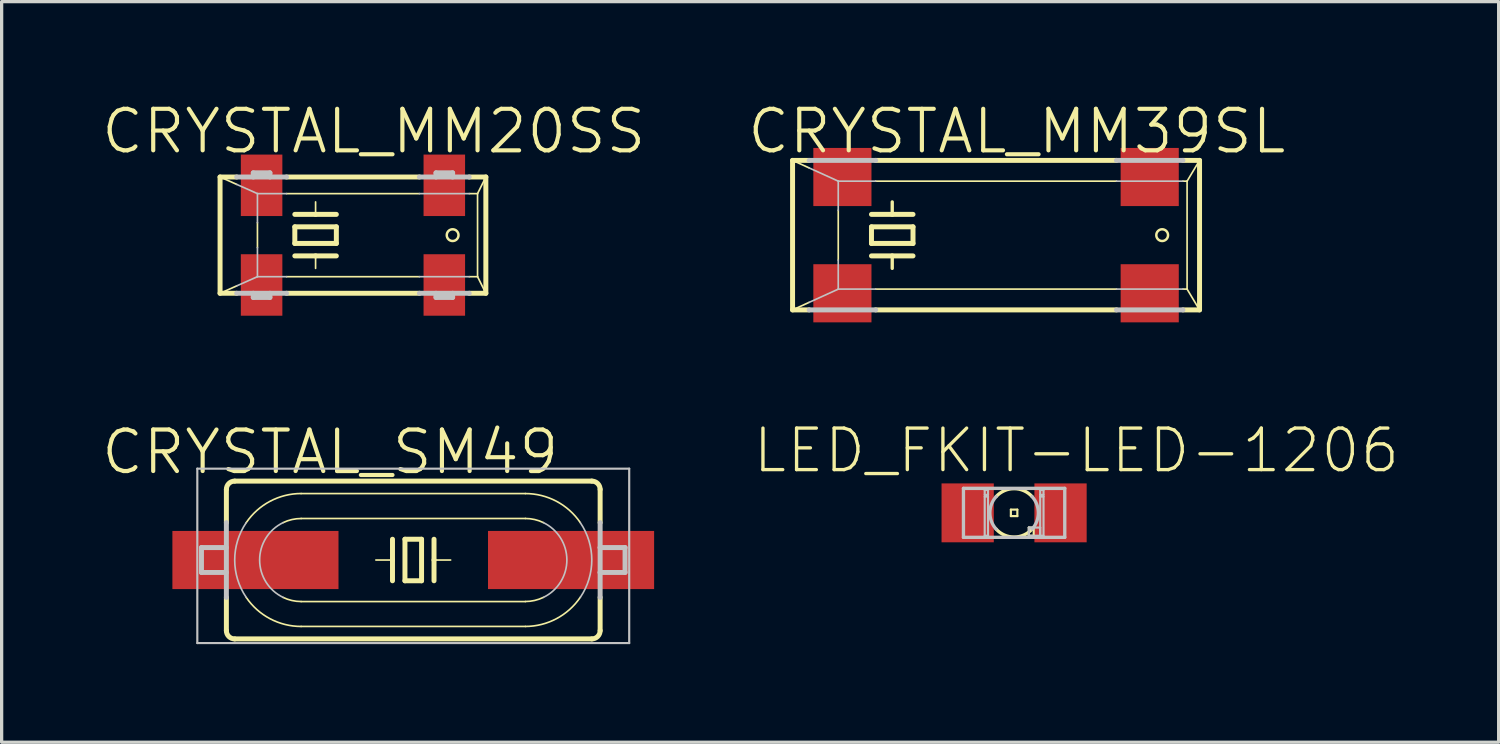
<source format=kicad_pcb>
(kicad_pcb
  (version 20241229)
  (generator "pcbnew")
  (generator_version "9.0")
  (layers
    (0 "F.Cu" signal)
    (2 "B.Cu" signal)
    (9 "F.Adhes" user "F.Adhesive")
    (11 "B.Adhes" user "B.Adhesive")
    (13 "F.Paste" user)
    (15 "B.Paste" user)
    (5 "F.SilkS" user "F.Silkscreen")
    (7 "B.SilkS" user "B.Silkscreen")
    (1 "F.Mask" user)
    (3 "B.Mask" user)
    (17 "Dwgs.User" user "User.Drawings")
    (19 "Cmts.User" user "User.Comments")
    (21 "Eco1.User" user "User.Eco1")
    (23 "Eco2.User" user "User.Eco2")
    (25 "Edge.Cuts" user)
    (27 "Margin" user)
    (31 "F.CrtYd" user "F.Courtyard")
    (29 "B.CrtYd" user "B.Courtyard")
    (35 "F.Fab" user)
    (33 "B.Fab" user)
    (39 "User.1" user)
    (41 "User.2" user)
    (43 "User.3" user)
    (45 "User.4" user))
  (footprint "CRYSTAL_SM49"
    (layer "F.Cu")
    (at 9.588 14.076)
    (property "Reference" "CRYSTAL_SM49" (at -2.54 -3.302 0) (layer "F.SilkS") (effects (font (size 1.27 1.27) (thickness 0.127))))
    (attr smd)
    (fp_line (start -5.715 -2.159) (end -5.715 -1.143) (stroke (width 0.152) (type solid)) (layer "F.SilkS"))
    (fp_line (start -5.715 1.143) (end -5.715 2.159) (stroke (width 0.152) (type solid)) (layer "F.SilkS"))
    (fp_line (start -5.461 -2.413) (end 5.461 -2.413) (stroke (width 0.152) (type solid)) (layer "F.SilkS"))
    (fp_line (start -5.461 2.413) (end 5.461 2.413) (stroke (width 0.152) (type solid)) (layer "F.SilkS"))
    (fp_line (start -3.429 -2.032) (end 3.429 -2.032) (stroke (width 0.051) (type solid)) (layer "F.SilkS"))
    (fp_line (start -3.429 -1.27) (end 3.429 -1.27) (stroke (width 0.051) (type solid)) (layer "F.SilkS"))
    (fp_line (start -0.635 -0.635) (end -0.635 0) (stroke (width 0.152) (type solid)) (layer "F.SilkS"))
    (fp_line (start -0.635 0) (end -1.143 0) (stroke (width 0.051) (type solid)) (layer "F.SilkS"))
    (fp_line (start -0.635 0) (end -0.635 0.635) (stroke (width 0.152) (type solid)) (layer "F.SilkS"))
    (fp_line (start -0.254 -0.635) (end -0.254 0.635) (stroke (width 0.152) (type solid)) (layer "F.SilkS"))
    (fp_line (start -0.254 0.635) (end 0.254 0.635) (stroke (width 0.152) (type solid)) (layer "F.SilkS"))
    (fp_line (start 0.254 -0.635) (end -0.254 -0.635) (stroke (width 0.152) (type solid)) (layer "F.SilkS"))
    (fp_line (start 0.254 0.635) (end 0.254 -0.635) (stroke (width 0.152) (type solid)) (layer "F.SilkS"))
    (fp_line (start 0.635 -0.635) (end 0.635 0) (stroke (width 0.152) (type solid)) (layer "F.SilkS"))
    (fp_line (start 0.635 0) (end 0.635 0.635) (stroke (width 0.152) (type solid)) (layer "F.SilkS"))
    (fp_line (start 0.635 0) (end 1.143 0) (stroke (width 0.051) (type solid)) (layer "F.SilkS"))
    (fp_line (start 3.429 1.27) (end -3.429 1.27) (stroke (width 0.051) (type solid)) (layer "F.SilkS"))
    (fp_line (start 3.429 2.032) (end -3.429 2.032) (stroke (width 0.051) (type solid)) (layer "F.SilkS"))
    (fp_line (start 5.715 -2.159) (end 5.715 -1.143) (stroke (width 0.152) (type solid)) (layer "F.SilkS"))
    (fp_line (start 5.715 1.143) (end 5.715 2.159) (stroke (width 0.152) (type solid)) (layer "F.SilkS"))
    (fp_arc (start -5.715 -2.159) (mid -5.640605 -2.338605) (end -5.461 -2.413) (stroke (width 0.1524) (type solid)) (layer "F.SilkS"))
    (fp_arc (start -5.461 2.413) (mid -5.640605 2.338605) (end -5.715 2.159) (stroke (width 0.1524) (type solid)) (layer "F.SilkS"))
    (fp_arc (start -5.10794 -1.143) (mid -4.379218 -1.796128) (end -3.429787 -2.033178) (stroke (width 0.0508) (type solid)) (layer "F.SilkS"))
    (fp_arc (start -3.98018 -1.143) (mid -3.711094 -1.237203) (end -3.427769 -1.268955) (stroke (width 0.0508) (type solid)) (layer "F.SilkS"))
    (fp_arc (start -3.429 1.27) (mid -3.712527 1.237947) (end -3.981743 1.143405) (stroke (width 0.0508) (type solid)) (layer "F.SilkS"))
    (fp_arc (start -3.429 2.032) (mid -4.378266 1.796641) (end -5.107632 1.145085) (stroke (width 0.0508) (type solid)) (layer "F.SilkS"))
    (fp_arc (start 3.429 -2.032) (mid 4.378266 -1.796641) (end 5.107632 -1.145085) (stroke (width 0.0508) (type solid)) (layer "F.SilkS"))
    (fp_arc (start 3.429 -1.27) (mid 3.712527 -1.237947) (end 3.981743 -1.143405) (stroke (width 0.0508) (type solid)) (layer "F.SilkS"))
    (fp_arc (start 3.98018 1.143) (mid 3.711094 1.237203) (end 3.427769 1.268955) (stroke (width 0.0508) (type solid)) (layer "F.SilkS"))
    (fp_arc (start 5.10794 1.14046) (mid 4.380405 1.793882) (end 3.431886 2.031747) (stroke (width 0.0508) (type solid)) (layer "F.SilkS"))
    (fp_arc (start 5.461 -2.413) (mid 5.640605 -2.338605) (end 5.715 -2.159) (stroke (width 0.1524) (type solid)) (layer "F.SilkS"))
    (fp_arc (start 5.715 2.159) (mid 5.640605 2.338605) (end 5.461 2.413) (stroke (width 0.1524) (type solid)) (layer "F.SilkS"))
    (fp_line (start -6.604 -2.794) (end 6.604 -2.794) (stroke (width 0.066) (type solid)) (layer "Dwgs.User"))
    (fp_line (start -6.604 2.54) (end -6.604 -2.794) (stroke (width 0.066) (type solid)) (layer "Dwgs.User"))
    (fp_line (start -6.604 2.54) (end 6.604 2.54) (stroke (width 0.066) (type solid)) (layer "Dwgs.User"))
    (fp_line (start -6.477 -0.381) (end -6.477 0.381) (stroke (width 0.152) (type solid)) (layer "Dwgs.User"))
    (fp_line (start -5.715 -1.143) (end -5.715 1.143) (stroke (width 0.152) (type solid)) (layer "Dwgs.User"))
    (fp_line (start -5.715 -0.381) (end -6.477 -0.381) (stroke (width 0.152) (type solid)) (layer "Dwgs.User"))
    (fp_line (start -5.715 0.381) (end -6.477 0.381) (stroke (width 0.152) (type solid)) (layer "Dwgs.User"))
    (fp_line (start 5.715 -1.143) (end 5.715 -0.381) (stroke (width 0.152) (type solid)) (layer "Dwgs.User"))
    (fp_line (start 5.715 -0.381) (end 5.715 0.381) (stroke (width 0.152) (type solid)) (layer "Dwgs.User"))
    (fp_line (start 5.715 -0.381) (end 6.477 -0.381) (stroke (width 0.152) (type solid)) (layer "Dwgs.User"))
    (fp_line (start 5.715 0.381) (end 5.715 1.143) (stroke (width 0.152) (type solid)) (layer "Dwgs.User"))
    (fp_line (start 5.715 0.381) (end 6.477 0.381) (stroke (width 0.152) (type solid)) (layer "Dwgs.User"))
    (fp_line (start 6.477 -0.381) (end 6.477 0.381) (stroke (width 0.152) (type solid)) (layer "Dwgs.User"))
    (fp_line (start 6.604 2.54) (end 6.604 -2.794) (stroke (width 0.066) (type solid)) (layer "Dwgs.User"))
    (fp_arc (start -5.10794 1.143) (mid -5.46008 0.001649) (end -5.109794 -1.140273) (stroke (width 0.0508) (type solid)) (layer "Dwgs.User"))
    (fp_arc (start -3.98018 1.143) (mid -4.697953 0.002339) (end -3.98439 -1.14096) (stroke (width 0.0508) (type solid)) (layer "Dwgs.User"))
    (fp_arc (start 3.98018 -1.143) (mid 4.697953 -0.002339) (end 3.98439 1.14096) (stroke (width 0.0508) (type solid)) (layer "Dwgs.User"))
    (fp_arc (start 5.10794 -1.143) (mid 5.46008 -0.001649) (end 5.109794 1.140273) (stroke (width 0.0508) (type solid)) (layer "Dwgs.User"))
    (pad "1" smd rect (at -4.826 0) (size 5.08 1.778) (layers "F.Cu" "F.Mask" "F.Paste"))
    (pad "2" smd rect (at 4.826 0) (size 5.08 1.778) (layers "F.Cu" "F.Mask" "F.Paste")))
  (footprint "CRYSTAL_MM39SL"
    (layer "F.Cu")
    (at 27.411 4.141)
    (property "Reference" "CRYSTAL_MM39SL" (at 0.635 -3.175 0) (layer "F.SilkS") (effects (font (size 1.27 1.27) (thickness 0.127))))
    (attr smd)
    (fp_line (start -6.223 -2.286) (end -5.715 -2.286) (stroke (width 0.152) (type solid)) (layer "F.SilkS"))
    (fp_line (start -6.223 2.286) (end -6.223 -2.286) (stroke (width 0.152) (type solid)) (layer "F.SilkS"))
    (fp_line (start -6.223 2.286) (end -5.715 2.286) (stroke (width 0.152) (type solid)) (layer "F.SilkS"))
    (fp_line (start -5.715 -2.055) (end -6.223 -2.286) (stroke (width 0.051) (type solid)) (layer "F.SilkS"))
    (fp_line (start -5.715 2.055) (end -6.223 2.286) (stroke (width 0.051) (type solid)) (layer "F.SilkS"))
    (fp_line (start -4.826 -0.762) (end -4.826 0.762) (stroke (width 0.051) (type solid)) (layer "F.SilkS"))
    (fp_line (start -3.81 -0.635) (end -3.175 -0.635) (stroke (width 0.152) (type solid)) (layer "F.SilkS"))
    (fp_line (start -3.81 -0.254) (end -3.81 0.254) (stroke (width 0.152) (type solid)) (layer "F.SilkS"))
    (fp_line (start -3.81 0.254) (end -2.54 0.254) (stroke (width 0.152) (type solid)) (layer "F.SilkS"))
    (fp_line (start -3.81 0.635) (end -3.175 0.635) (stroke (width 0.152) (type solid)) (layer "F.SilkS"))
    (fp_line (start -3.683 -2.286) (end 3.683 -2.286) (stroke (width 0.152) (type solid)) (layer "F.SilkS"))
    (fp_line (start -3.683 1.651) (end 3.683 1.651) (stroke (width 0.051) (type solid)) (layer "F.SilkS"))
    (fp_line (start -3.683 2.286) (end 3.683 2.286) (stroke (width 0.152) (type solid)) (layer "F.SilkS"))
    (fp_line (start -3.175 -0.635) (end -3.175 -1.016) (stroke (width 0.102) (type solid)) (layer "F.SilkS"))
    (fp_line (start -3.175 -0.635) (end -2.54 -0.635) (stroke (width 0.152) (type solid)) (layer "F.SilkS"))
    (fp_line (start -3.175 0.635) (end -3.175 1.016) (stroke (width 0.102) (type solid)) (layer "F.SilkS"))
    (fp_line (start -3.175 0.635) (end -2.54 0.635) (stroke (width 0.152) (type solid)) (layer "F.SilkS"))
    (fp_line (start -2.54 -0.254) (end -3.81 -0.254) (stroke (width 0.152) (type solid)) (layer "F.SilkS"))
    (fp_line (start -2.54 0.254) (end -2.54 -0.254) (stroke (width 0.152) (type solid)) (layer "F.SilkS"))
    (fp_line (start 3.683 -1.651) (end -3.683 -1.651) (stroke (width 0.051) (type solid)) (layer "F.SilkS"))
    (fp_line (start 5.715 -2.286) (end 6.223 -2.286) (stroke (width 0.152) (type solid)) (layer "F.SilkS"))
    (fp_line (start 5.715 1.651) (end 5.842 1.651) (stroke (width 0.051) (type solid)) (layer "F.SilkS"))
    (fp_line (start 5.715 2.286) (end 6.223 2.286) (stroke (width 0.152) (type solid)) (layer "F.SilkS"))
    (fp_line (start 5.842 -1.651) (end 5.715 -1.651) (stroke (width 0.051) (type solid)) (layer "F.SilkS"))
    (fp_line (start 5.842 -1.651) (end 6.223 -2.286) (stroke (width 0.051) (type solid)) (layer "F.SilkS"))
    (fp_line (start 5.842 1.651) (end 5.842 -1.651) (stroke (width 0.051) (type solid)) (layer "F.SilkS"))
    (fp_line (start 5.842 1.651) (end 6.223 2.286) (stroke (width 0.051) (type solid)) (layer "F.SilkS"))
    (fp_line (start 6.223 2.286) (end 6.223 -2.286) (stroke (width 0.152) (type solid)) (layer "F.SilkS"))
    (fp_circle (center 5.08 0) (end 5.207 0.127) (stroke (width 0.076) (type solid)) (fill no) (layer "F.SilkS"))
    (fp_line (start -5.715 -2.286) (end -3.683 -2.286) (stroke (width 0.152) (type solid)) (layer "Dwgs.User"))
    (fp_line (start -5.715 2.286) (end -3.683 2.286) (stroke (width 0.152) (type solid)) (layer "Dwgs.User"))
    (fp_line (start -4.826 -1.651) (end -5.715 -2.055) (stroke (width 0.051) (type solid)) (layer "Dwgs.User"))
    (fp_line (start -4.826 -1.651) (end -4.826 -0.762) (stroke (width 0.051) (type solid)) (layer "Dwgs.User"))
    (fp_line (start -4.826 0.762) (end -4.826 1.651) (stroke (width 0.051) (type solid)) (layer "Dwgs.User"))
    (fp_line (start -4.826 1.651) (end -5.715 2.055) (stroke (width 0.051) (type solid)) (layer "Dwgs.User"))
    (fp_line (start -4.826 1.651) (end -3.683 1.651) (stroke (width 0.051) (type solid)) (layer "Dwgs.User"))
    (fp_line (start -3.683 -1.651) (end -4.826 -1.651) (stroke (width 0.051) (type solid)) (layer "Dwgs.User"))
    (fp_line (start 3.683 -2.286) (end 5.715 -2.286) (stroke (width 0.152) (type solid)) (layer "Dwgs.User"))
    (fp_line (start 3.683 1.651) (end 5.715 1.651) (stroke (width 0.051) (type solid)) (layer "Dwgs.User"))
    (fp_line (start 3.683 2.286) (end 5.715 2.286) (stroke (width 0.152) (type solid)) (layer "Dwgs.User"))
    (fp_line (start 5.715 -1.651) (end 3.683 -1.651) (stroke (width 0.051) (type solid)) (layer "Dwgs.User"))
    (pad "1" smd rect (at -4.699 1.778) (size 1.778 1.778) (layers "F.Cu" "F.Mask" "F.Paste"))
    (pad "2" smd rect (at 4.699 1.778) (size 1.778 1.778) (layers "F.Cu" "F.Mask" "F.Paste"))
    (pad "3" smd rect (at 4.699 -1.778) (size 1.778 1.778) (layers "F.Cu" "F.Mask" "F.Paste"))
    (pad "4" smd rect (at -4.699 -1.778) (size 1.778 1.778) (layers "F.Cu" "F.Mask" "F.Paste")))
  (footprint "CRYSTAL_MM20SS"
    (layer "F.Cu")
    (at 7.744 4.141)
    (property "Reference" "CRYSTAL_MM20SS" (at 0.635 -3.175 0) (layer "F.SilkS") (effects (font (size 1.27 1.27) (thickness 0.127))))
    (attr smd)
    (fp_line (start -4.064 -1.778) (end -3.556 -1.778) (stroke (width 0.152) (type solid)) (layer "F.SilkS"))
    (fp_line (start -4.064 1.778) (end -4.064 -1.778) (stroke (width 0.152) (type solid)) (layer "F.SilkS"))
    (fp_line (start -4.064 1.778) (end -3.556 1.778) (stroke (width 0.152) (type solid)) (layer "F.SilkS"))
    (fp_line (start -3.556 -1.552) (end -4.064 -1.778) (stroke (width 0.051) (type solid)) (layer "F.SilkS"))
    (fp_line (start -3.556 1.552) (end -4.064 1.778) (stroke (width 0.051) (type solid)) (layer "F.SilkS"))
    (fp_line (start -2.921 -0.381) (end -2.921 0.381) (stroke (width 0.051) (type solid)) (layer "F.SilkS"))
    (fp_line (start -2.032 -1.778) (end 2.032 -1.778) (stroke (width 0.152) (type solid)) (layer "F.SilkS"))
    (fp_line (start -2.032 1.27) (end 2.032 1.27) (stroke (width 0.051) (type solid)) (layer "F.SilkS"))
    (fp_line (start -2.032 1.778) (end 2.032 1.778) (stroke (width 0.152) (type solid)) (layer "F.SilkS"))
    (fp_line (start -1.778 -0.635) (end -1.143 -0.635) (stroke (width 0.152) (type solid)) (layer "F.SilkS"))
    (fp_line (start -1.778 -0.254) (end -1.778 0.254) (stroke (width 0.152) (type solid)) (layer "F.SilkS"))
    (fp_line (start -1.778 0.254) (end -0.508 0.254) (stroke (width 0.152) (type solid)) (layer "F.SilkS"))
    (fp_line (start -1.778 0.635) (end -1.143 0.635) (stroke (width 0.152) (type solid)) (layer "F.SilkS"))
    (fp_line (start -1.143 -0.635) (end -1.143 -1.016) (stroke (width 0.051) (type solid)) (layer "F.SilkS"))
    (fp_line (start -1.143 -0.635) (end -0.508 -0.635) (stroke (width 0.152) (type solid)) (layer "F.SilkS"))
    (fp_line (start -1.143 0.635) (end -1.143 1.016) (stroke (width 0.051) (type solid)) (layer "F.SilkS"))
    (fp_line (start -1.143 0.635) (end -0.508 0.635) (stroke (width 0.152) (type solid)) (layer "F.SilkS"))
    (fp_line (start -0.508 -0.254) (end -1.778 -0.254) (stroke (width 0.152) (type solid)) (layer "F.SilkS"))
    (fp_line (start -0.508 0.254) (end -0.508 -0.254) (stroke (width 0.152) (type solid)) (layer "F.SilkS"))
    (fp_line (start 2.032 -1.27) (end -2.032 -1.27) (stroke (width 0.051) (type solid)) (layer "F.SilkS"))
    (fp_line (start 3.556 -1.778) (end 4.064 -1.778) (stroke (width 0.152) (type solid)) (layer "F.SilkS"))
    (fp_line (start 3.556 1.27) (end 3.81 1.27) (stroke (width 0.051) (type solid)) (layer "F.SilkS"))
    (fp_line (start 3.556 1.778) (end 4.064 1.778) (stroke (width 0.152) (type solid)) (layer "F.SilkS"))
    (fp_line (start 3.81 -1.27) (end 3.556 -1.27) (stroke (width 0.051) (type solid)) (layer "F.SilkS"))
    (fp_line (start 3.81 -1.27) (end 3.81 1.27) (stroke (width 0.051) (type solid)) (layer "F.SilkS"))
    (fp_line (start 3.81 -1.27) (end 4.064 -1.778) (stroke (width 0.051) (type solid)) (layer "F.SilkS"))
    (fp_line (start 3.81 1.27) (end 4.064 1.778) (stroke (width 0.051) (type solid)) (layer "F.SilkS"))
    (fp_line (start 4.064 1.778) (end 4.064 -1.778) (stroke (width 0.152) (type solid)) (layer "F.SilkS"))
    (fp_circle (center 3.048 0) (end 3.175 0.127) (stroke (width 0.076) (type solid)) (fill no) (layer "F.SilkS"))
    (fp_line (start -3.556 -1.778) (end -2.032 -1.778) (stroke (width 0.152) (type solid)) (layer "Dwgs.User"))
    (fp_line (start -3.556 1.778) (end -2.032 1.778) (stroke (width 0.152) (type solid)) (layer "Dwgs.User"))
    (fp_line (start -3.048 -1.905) (end -2.54 -1.905) (stroke (width 0.152) (type solid)) (layer "Dwgs.User"))
    (fp_line (start -3.048 -1.778) (end -3.048 -1.905) (stroke (width 0.152) (type solid)) (layer "Dwgs.User"))
    (fp_line (start -3.048 1.905) (end -3.048 1.778) (stroke (width 0.152) (type solid)) (layer "Dwgs.User"))
    (fp_line (start -3.048 1.905) (end -2.54 1.905) (stroke (width 0.152) (type solid)) (layer "Dwgs.User"))
    (fp_line (start -2.921 -1.27) (end -3.556 -1.552) (stroke (width 0.051) (type solid)) (layer "Dwgs.User"))
    (fp_line (start -2.921 -1.27) (end -2.921 -0.381) (stroke (width 0.051) (type solid)) (layer "Dwgs.User"))
    (fp_line (start -2.921 0.381) (end -2.921 1.27) (stroke (width 0.051) (type solid)) (layer "Dwgs.User"))
    (fp_line (start -2.921 1.27) (end -3.556 1.552) (stroke (width 0.051) (type solid)) (layer "Dwgs.User"))
    (fp_line (start -2.921 1.27) (end -2.032 1.27) (stroke (width 0.051) (type solid)) (layer "Dwgs.User"))
    (fp_line (start -2.54 -1.905) (end -2.54 -1.778) (stroke (width 0.152) (type solid)) (layer "Dwgs.User"))
    (fp_line (start -2.54 1.905) (end -2.54 1.778) (stroke (width 0.152) (type solid)) (layer "Dwgs.User"))
    (fp_line (start -2.032 -1.27) (end -2.921 -1.27) (stroke (width 0.051) (type solid)) (layer "Dwgs.User"))
    (fp_line (start 2.032 -1.778) (end 3.556 -1.778) (stroke (width 0.152) (type solid)) (layer "Dwgs.User"))
    (fp_line (start 2.032 1.27) (end 3.556 1.27) (stroke (width 0.051) (type solid)) (layer "Dwgs.User"))
    (fp_line (start 2.032 1.778) (end 3.556 1.778) (stroke (width 0.152) (type solid)) (layer "Dwgs.User"))
    (fp_line (start 2.54 -1.905) (end 2.54 -1.778) (stroke (width 0.152) (type solid)) (layer "Dwgs.User"))
    (fp_line (start 2.54 -1.905) (end 3.048 -1.905) (stroke (width 0.152) (type solid)) (layer "Dwgs.User"))
    (fp_line (start 2.54 1.778) (end 2.54 1.905) (stroke (width 0.152) (type solid)) (layer "Dwgs.User"))
    (fp_line (start 2.54 1.905) (end 3.048 1.905) (stroke (width 0.152) (type solid)) (layer "Dwgs.User"))
    (fp_line (start 3.048 -1.778) (end 3.048 -1.905) (stroke (width 0.152) (type solid)) (layer "Dwgs.User"))
    (fp_line (start 3.048 1.905) (end 3.048 1.778) (stroke (width 0.152) (type solid)) (layer "Dwgs.User"))
    (fp_line (start 3.556 -1.27) (end 2.032 -1.27) (stroke (width 0.051) (type solid)) (layer "Dwgs.User"))
    (pad "1" smd rect (at -2.794 1.524) (size 1.27 1.88) (layers "F.Cu" "F.Mask" "F.Paste"))
    (pad "2" smd rect (at 2.794 1.524) (size 1.27 1.88) (layers "F.Cu" "F.Mask" "F.Paste"))
    (pad "3" smd rect (at 2.794 -1.524) (size 1.27 1.88) (layers "F.Cu" "F.Mask" "F.Paste"))
    (pad "4" smd rect (at -2.794 -1.524) (size 1.27 1.88) (layers "F.Cu" "F.Mask" "F.Paste")))
  (footprint "LED_FKIT-LED-1206"
    (layer "F.Cu")
    (at 27.963 12.634)
    (property "Reference" "LED_FKIT-LED-1206" (at 1.905 -1.905 0) (layer "F.SilkS") (effects (font (size 1.27 1.27) (thickness 0.102))))
    (attr smd)
    (fp_line (start -0.099 -0.099) (end 0.099 -0.099) (stroke (width 0.066) (type solid)) (layer "F.SilkS"))
    (fp_line (start -0.099 0.099) (end -0.099 -0.099) (stroke (width 0.066) (type solid)) (layer "F.SilkS"))
    (fp_line (start -0.099 0.099) (end 0.099 0.099) (stroke (width 0.066) (type solid)) (layer "F.SilkS"))
    (fp_line (start 0.099 0.099) (end 0.099 -0.099) (stroke (width 0.066) (type solid)) (layer "F.SilkS"))
    (fp_line (start 0.45 0.45) (end 0.599 0.45) (stroke (width 0.066) (type solid)) (layer "F.SilkS"))
    (fp_line (start 0.45 0.699) (end 0.45 0.45) (stroke (width 0.066) (type solid)) (layer "F.SilkS"))
    (fp_line (start 0.45 0.699) (end 0.599 0.699) (stroke (width 0.066) (type solid)) (layer "F.SilkS"))
    (fp_line (start 0.599 0.699) (end 0.599 0.45) (stroke (width 0.066) (type solid)) (layer "F.SilkS"))
    (fp_arc (start -0.54864 -0.49784) (mid -0.001024 -0.740844) (end 0.547262 -0.499354) (stroke (width 0.1016) (type solid)) (layer "F.SilkS"))
    (fp_arc (start 0.54864 0.49784) (mid 0.001024 0.740844) (end -0.547262 0.499354) (stroke (width 0.1016) (type solid)) (layer "F.SilkS"))
    (fp_line (start -1.549 -0.749) (end 1.549 -0.749) (stroke (width 0.102) (type solid)) (layer "Dwgs.User"))
    (fp_line (start -1.549 0.749) (end -1.549 -0.749) (stroke (width 0.102) (type solid)) (layer "Dwgs.User"))
    (fp_line (start -0.899 -0.699) (end -0.798 -0.699) (stroke (width 0.066) (type solid)) (layer "Dwgs.User"))
    (fp_line (start -0.899 -0.549) (end -0.899 -0.699) (stroke (width 0.066) (type solid)) (layer "Dwgs.User"))
    (fp_line (start -0.899 -0.549) (end -0.798 -0.549) (stroke (width 0.066) (type solid)) (layer "Dwgs.User"))
    (fp_line (start -0.899 -0.498) (end -0.798 -0.498) (stroke (width 0.066) (type solid)) (layer "Dwgs.User"))
    (fp_line (start -0.899 0.699) (end -0.899 -0.498) (stroke (width 0.066) (type solid)) (layer "Dwgs.User"))
    (fp_line (start -0.899 0.699) (end -0.798 0.699) (stroke (width 0.066) (type solid)) (layer "Dwgs.User"))
    (fp_line (start -0.798 -0.549) (end -0.798 -0.699) (stroke (width 0.066) (type solid)) (layer "Dwgs.User"))
    (fp_line (start -0.798 0.699) (end -0.798 -0.498) (stroke (width 0.066) (type solid)) (layer "Dwgs.User"))
    (fp_line (start 0.45 0.45) (end 0.798 0.45) (stroke (width 0.066) (type solid)) (layer "Dwgs.User"))
    (fp_line (start 0.45 0.699) (end 0.45 0.45) (stroke (width 0.066) (type solid)) (layer "Dwgs.User"))
    (fp_line (start 0.45 0.699) (end 0.798 0.699) (stroke (width 0.066) (type solid)) (layer "Dwgs.User"))
    (fp_line (start 0.798 -0.699) (end 0.899 -0.699) (stroke (width 0.066) (type solid)) (layer "Dwgs.User"))
    (fp_line (start 0.798 -0.549) (end 0.798 -0.699) (stroke (width 0.066) (type solid)) (layer "Dwgs.User"))
    (fp_line (start 0.798 -0.549) (end 0.899 -0.549) (stroke (width 0.066) (type solid)) (layer "Dwgs.User"))
    (fp_line (start 0.798 -0.498) (end 0.899 -0.498) (stroke (width 0.066) (type solid)) (layer "Dwgs.User"))
    (fp_line (start 0.798 0.699) (end 0.798 -0.498) (stroke (width 0.066) (type solid)) (layer "Dwgs.User"))
    (fp_line (start 0.798 0.699) (end 0.798 0.45) (stroke (width 0.066) (type solid)) (layer "Dwgs.User"))
    (fp_line (start 0.798 0.699) (end 0.899 0.699) (stroke (width 0.066) (type solid)) (layer "Dwgs.User"))
    (fp_line (start 0.899 -0.549) (end 0.899 -0.699) (stroke (width 0.066) (type solid)) (layer "Dwgs.User"))
    (fp_line (start 0.899 0.699) (end 0.899 -0.498) (stroke (width 0.066) (type solid)) (layer "Dwgs.User"))
    (fp_line (start 1.549 -0.749) (end 1.549 0.749) (stroke (width 0.102) (type solid)) (layer "Dwgs.User"))
    (fp_line (start 1.549 0.749) (end -1.549 0.749) (stroke (width 0.102) (type solid)) (layer "Dwgs.User"))
    (fp_arc (start -0.54864 0.49784) (mid -0.740844 -0.000377) (end -0.548133 -0.498398) (stroke (width 0.1016) (type solid)) (layer "Dwgs.User"))
    (fp_arc (start 0.54864 -0.49784) (mid 0.740844 0.000377) (end 0.548133 0.498398) (stroke (width 0.1016) (type solid)) (layer "Dwgs.User"))
    (pad "A" smd rect (at -1.42 0) (size 1.598 1.801) (layers "F.Cu" "F.Mask" "F.Paste"))
    (pad "C" smd rect (at 1.42 0) (size 1.598 1.801) (layers "F.Cu" "F.Mask" "F.Paste")))
  (gr_rect
    (start -3 -3)
    (end 42.781 19.649)
    (stroke (width 0.1) (type default))
    (fill no)
    (layer "Edge.Cuts")))
</source>
